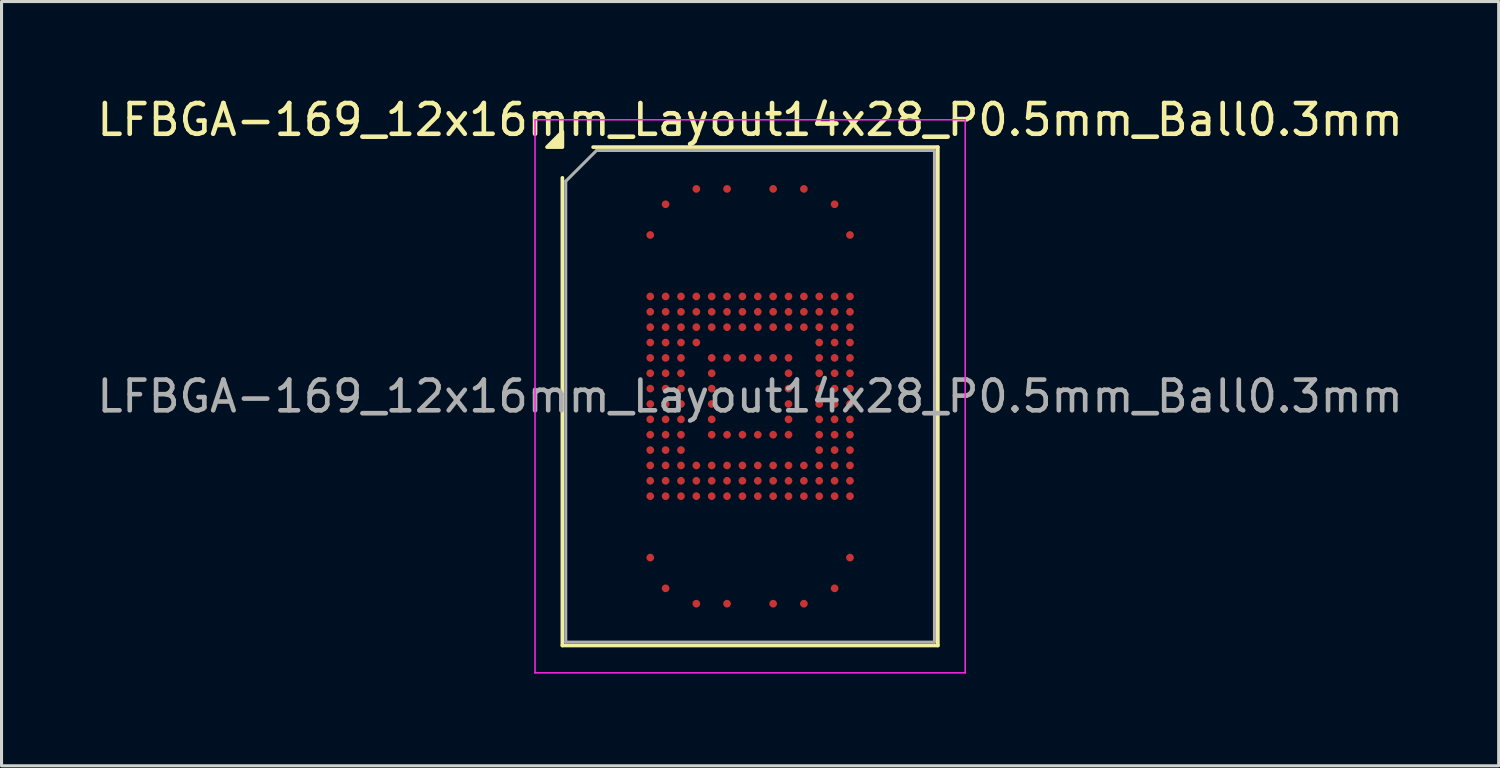
<source format=kicad_pcb>
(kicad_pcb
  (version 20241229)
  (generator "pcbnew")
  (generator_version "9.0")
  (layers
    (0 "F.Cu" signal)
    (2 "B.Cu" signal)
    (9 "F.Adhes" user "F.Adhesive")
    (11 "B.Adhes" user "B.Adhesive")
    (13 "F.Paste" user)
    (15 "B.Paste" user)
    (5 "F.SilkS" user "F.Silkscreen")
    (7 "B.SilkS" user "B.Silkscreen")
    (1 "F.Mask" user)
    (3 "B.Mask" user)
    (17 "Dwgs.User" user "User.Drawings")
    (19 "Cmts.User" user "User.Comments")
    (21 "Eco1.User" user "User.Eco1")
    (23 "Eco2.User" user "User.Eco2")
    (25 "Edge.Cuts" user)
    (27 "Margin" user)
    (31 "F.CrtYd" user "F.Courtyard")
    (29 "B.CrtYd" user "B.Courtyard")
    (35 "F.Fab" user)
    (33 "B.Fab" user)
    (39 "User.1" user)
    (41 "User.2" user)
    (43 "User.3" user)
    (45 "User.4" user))
  (footprint "LFBGA-169_12x16mm_Layout14x28_P0.5mm_Ball0.3mm"
    (layer "F.Cu")
    (at 21.363 9.848)
    (property "Reference" "LFBGA-169_12x16mm_Layout14x28_P0.5mm_Ball0.3mm" (at 0 -9 0) (layer "F.SilkS") (effects (font (size 1 1) (thickness 0.15))))
    (attr smd)
    (fp_line (start -6.11 8.11) (end -6.11 -7.11) (stroke (width 0.12) (type solid)) (layer "F.SilkS"))
    (fp_line (start -5.11 -8.11) (end 6.11 -8.11) (stroke (width 0.12) (type solid)) (layer "F.SilkS"))
    (fp_line (start 6.11 -8.11) (end 6.11 8.11) (stroke (width 0.12) (type solid)) (layer "F.SilkS"))
    (fp_line (start 6.11 8.11) (end -6.11 8.11) (stroke (width 0.12) (type solid)) (layer "F.SilkS"))
    (fp_poly (pts (xy -6.11 -8.11) (xy -6.61 -8.11) (xy -6.11 -8.61) (xy -6.11 -8.11)) (stroke (width 0.12) (type solid)) (fill yes) (layer "F.SilkS"))
    (fp_line (start -7 -9) (end -7 9) (stroke (width 0.05) (type solid)) (layer "F.CrtYd"))
    (fp_line (start -7 9) (end 7 9) (stroke (width 0.05) (type solid)) (layer "F.CrtYd"))
    (fp_line (start 7 -9) (end -7 -9) (stroke (width 0.05) (type solid)) (layer "F.CrtYd"))
    (fp_line (start 7 9) (end 7 -9) (stroke (width 0.05) (type solid)) (layer "F.CrtYd"))
    (fp_line (start -6 -7) (end -5 -8) (stroke (width 0.1) (type solid)) (layer "F.Fab"))
    (fp_line (start -6 8) (end -6 -7) (stroke (width 0.1) (type solid)) (layer "F.Fab"))
    (fp_line (start -5 -8) (end 6 -8) (stroke (width 0.1) (type solid)) (layer "F.Fab"))
    (fp_line (start 6 -8) (end 6 8) (stroke (width 0.1) (type solid)) (layer "F.Fab"))
    (fp_line (start 6 8) (end -6 8) (stroke (width 0.1) (type solid)) (layer "F.Fab"))
    (fp_text user "${REFERENCE}" (at 0 0 0) (layer "F.Fab") (effects (font (size 1 1) (thickness 0.15))))
    (pad "A4" smd circle (at -1.75 -6.75) (size 0.25 0.25) (property pad_prop_bga) (layers "F.Cu" "F.Mask" "F.Paste"))
    (pad "A6" smd circle (at -0.75 -6.75) (size 0.25 0.25) (property pad_prop_bga) (layers "F.Cu" "F.Mask" "F.Paste"))
    (pad "A9" smd circle (at 0.75 -6.75) (size 0.25 0.25) (property pad_prop_bga) (layers "F.Cu" "F.Mask" "F.Paste"))
    (pad "A11" smd circle (at 1.75 -6.75) (size 0.25 0.25) (property pad_prop_bga) (layers "F.Cu" "F.Mask" "F.Paste"))
    (pad "AA1" smd circle (at -3.25 3.25) (size 0.25 0.25) (property pad_prop_bga) (layers "F.Cu" "F.Mask" "F.Paste"))
    (pad "AA2" smd circle (at -2.75 3.25) (size 0.25 0.25) (property pad_prop_bga) (layers "F.Cu" "F.Mask" "F.Paste"))
    (pad "AA3" smd circle (at -2.25 3.25) (size 0.25 0.25) (property pad_prop_bga) (layers "F.Cu" "F.Mask" "F.Paste"))
    (pad "AA4" smd circle (at -1.75 3.25) (size 0.25 0.25) (property pad_prop_bga) (layers "F.Cu" "F.Mask" "F.Paste"))
    (pad "AA5" smd circle (at -1.25 3.25) (size 0.25 0.25) (property pad_prop_bga) (layers "F.Cu" "F.Mask" "F.Paste"))
    (pad "AA6" smd circle (at -0.75 3.25) (size 0.25 0.25) (property pad_prop_bga) (layers "F.Cu" "F.Mask" "F.Paste"))
    (pad "AA7" smd circle (at -0.25 3.25) (size 0.25 0.25) (property pad_prop_bga) (layers "F.Cu" "F.Mask" "F.Paste"))
    (pad "AA8" smd circle (at 0.25 3.25) (size 0.25 0.25) (property pad_prop_bga) (layers "F.Cu" "F.Mask" "F.Paste"))
    (pad "AA9" smd circle (at 0.75 3.25) (size 0.25 0.25) (property pad_prop_bga) (layers "F.Cu" "F.Mask" "F.Paste"))
    (pad "AA10" smd circle (at 1.25 3.25) (size 0.25 0.25) (property pad_prop_bga) (layers "F.Cu" "F.Mask" "F.Paste"))
    (pad "AA11" smd circle (at 1.75 3.25) (size 0.25 0.25) (property pad_prop_bga) (layers "F.Cu" "F.Mask" "F.Paste"))
    (pad "AA12" smd circle (at 2.25 3.25) (size 0.25 0.25) (property pad_prop_bga) (layers "F.Cu" "F.Mask" "F.Paste"))
    (pad "AA13" smd circle (at 2.75 3.25) (size 0.25 0.25) (property pad_prop_bga) (layers "F.Cu" "F.Mask" "F.Paste"))
    (pad "AA14" smd circle (at 3.25 3.25) (size 0.25 0.25) (property pad_prop_bga) (layers "F.Cu" "F.Mask" "F.Paste"))
    (pad "AE1" smd circle (at -3.25 5.25) (size 0.25 0.25) (property pad_prop_bga) (layers "F.Cu" "F.Mask" "F.Paste"))
    (pad "AE14" smd circle (at 3.25 5.25) (size 0.25 0.25) (property pad_prop_bga) (layers "F.Cu" "F.Mask" "F.Paste"))
    (pad "AG2" smd circle (at -2.75 6.25) (size 0.25 0.25) (property pad_prop_bga) (layers "F.Cu" "F.Mask" "F.Paste"))
    (pad "AG13" smd circle (at 2.75 6.25) (size 0.25 0.25) (property pad_prop_bga) (layers "F.Cu" "F.Mask" "F.Paste"))
    (pad "AH4" smd circle (at -1.75 6.75) (size 0.25 0.25) (property pad_prop_bga) (layers "F.Cu" "F.Mask" "F.Paste"))
    (pad "AH6" smd circle (at -0.75 6.75) (size 0.25 0.25) (property pad_prop_bga) (layers "F.Cu" "F.Mask" "F.Paste"))
    (pad "AH9" smd circle (at 0.75 6.75) (size 0.25 0.25) (property pad_prop_bga) (layers "F.Cu" "F.Mask" "F.Paste"))
    (pad "AH11" smd circle (at 1.75 6.75) (size 0.25 0.25) (property pad_prop_bga) (layers "F.Cu" "F.Mask" "F.Paste"))
    (pad "B2" smd circle (at -2.75 -6.25) (size 0.25 0.25) (property pad_prop_bga) (layers "F.Cu" "F.Mask" "F.Paste"))
    (pad "B13" smd circle (at 2.75 -6.25) (size 0.25 0.25) (property pad_prop_bga) (layers "F.Cu" "F.Mask" "F.Paste"))
    (pad "D1" smd circle (at -3.25 -5.25) (size 0.25 0.25) (property pad_prop_bga) (layers "F.Cu" "F.Mask" "F.Paste"))
    (pad "D14" smd circle (at 3.25 -5.25) (size 0.25 0.25) (property pad_prop_bga) (layers "F.Cu" "F.Mask" "F.Paste"))
    (pad "H1" smd circle (at -3.25 -3.25) (size 0.25 0.25) (property pad_prop_bga) (layers "F.Cu" "F.Mask" "F.Paste"))
    (pad "H2" smd circle (at -2.75 -3.25) (size 0.25 0.25) (property pad_prop_bga) (layers "F.Cu" "F.Mask" "F.Paste"))
    (pad "H3" smd circle (at -2.25 -3.25) (size 0.25 0.25) (property pad_prop_bga) (layers "F.Cu" "F.Mask" "F.Paste"))
    (pad "H4" smd circle (at -1.75 -3.25) (size 0.25 0.25) (property pad_prop_bga) (layers "F.Cu" "F.Mask" "F.Paste"))
    (pad "H5" smd circle (at -1.25 -3.25) (size 0.25 0.25) (property pad_prop_bga) (layers "F.Cu" "F.Mask" "F.Paste"))
    (pad "H6" smd circle (at -0.75 -3.25) (size 0.25 0.25) (property pad_prop_bga) (layers "F.Cu" "F.Mask" "F.Paste"))
    (pad "H7" smd circle (at -0.25 -3.25) (size 0.25 0.25) (property pad_prop_bga) (layers "F.Cu" "F.Mask" "F.Paste"))
    (pad "H8" smd circle (at 0.25 -3.25) (size 0.25 0.25) (property pad_prop_bga) (layers "F.Cu" "F.Mask" "F.Paste"))
    (pad "H9" smd circle (at 0.75 -3.25) (size 0.25 0.25) (property pad_prop_bga) (layers "F.Cu" "F.Mask" "F.Paste"))
    (pad "H10" smd circle (at 1.25 -3.25) (size 0.25 0.25) (property pad_prop_bga) (layers "F.Cu" "F.Mask" "F.Paste"))
    (pad "H11" smd circle (at 1.75 -3.25) (size 0.25 0.25) (property pad_prop_bga) (layers "F.Cu" "F.Mask" "F.Paste"))
    (pad "H12" smd circle (at 2.25 -3.25) (size 0.25 0.25) (property pad_prop_bga) (layers "F.Cu" "F.Mask" "F.Paste"))
    (pad "H13" smd circle (at 2.75 -3.25) (size 0.25 0.25) (property pad_prop_bga) (layers "F.Cu" "F.Mask" "F.Paste"))
    (pad "H14" smd circle (at 3.25 -3.25) (size 0.25 0.25) (property pad_prop_bga) (layers "F.Cu" "F.Mask" "F.Paste"))
    (pad "J1" smd circle (at -3.25 -2.75) (size 0.25 0.25) (property pad_prop_bga) (layers "F.Cu" "F.Mask" "F.Paste"))
    (pad "J2" smd circle (at -2.75 -2.75) (size 0.25 0.25) (property pad_prop_bga) (layers "F.Cu" "F.Mask" "F.Paste"))
    (pad "J3" smd circle (at -2.25 -2.75) (size 0.25 0.25) (property pad_prop_bga) (layers "F.Cu" "F.Mask" "F.Paste"))
    (pad "J4" smd circle (at -1.75 -2.75) (size 0.25 0.25) (property pad_prop_bga) (layers "F.Cu" "F.Mask" "F.Paste"))
    (pad "J5" smd circle (at -1.25 -2.75) (size 0.25 0.25) (property pad_prop_bga) (layers "F.Cu" "F.Mask" "F.Paste"))
    (pad "J6" smd circle (at -0.75 -2.75) (size 0.25 0.25) (property pad_prop_bga) (layers "F.Cu" "F.Mask" "F.Paste"))
    (pad "J7" smd circle (at -0.25 -2.75) (size 0.25 0.25) (property pad_prop_bga) (layers "F.Cu" "F.Mask" "F.Paste"))
    (pad "J8" smd circle (at 0.25 -2.75) (size 0.25 0.25) (property pad_prop_bga) (layers "F.Cu" "F.Mask" "F.Paste"))
    (pad "J9" smd circle (at 0.75 -2.75) (size 0.25 0.25) (property pad_prop_bga) (layers "F.Cu" "F.Mask" "F.Paste"))
    (pad "J10" smd circle (at 1.25 -2.75) (size 0.25 0.25) (property pad_prop_bga) (layers "F.Cu" "F.Mask" "F.Paste"))
    (pad "J11" smd circle (at 1.75 -2.75) (size 0.25 0.25) (property pad_prop_bga) (layers "F.Cu" "F.Mask" "F.Paste"))
    (pad "J12" smd circle (at 2.25 -2.75) (size 0.25 0.25) (property pad_prop_bga) (layers "F.Cu" "F.Mask" "F.Paste"))
    (pad "J13" smd circle (at 2.75 -2.75) (size 0.25 0.25) (property pad_prop_bga) (layers "F.Cu" "F.Mask" "F.Paste"))
    (pad "J14" smd circle (at 3.25 -2.75) (size 0.25 0.25) (property pad_prop_bga) (layers "F.Cu" "F.Mask" "F.Paste"))
    (pad "K1" smd circle (at -3.25 -2.25) (size 0.25 0.25) (property pad_prop_bga) (layers "F.Cu" "F.Mask" "F.Paste"))
    (pad "K2" smd circle (at -2.75 -2.25) (size 0.25 0.25) (property pad_prop_bga) (layers "F.Cu" "F.Mask" "F.Paste"))
    (pad "K3" smd circle (at -2.25 -2.25) (size 0.25 0.25) (property pad_prop_bga) (layers "F.Cu" "F.Mask" "F.Paste"))
    (pad "K4" smd circle (at -1.75 -2.25) (size 0.25 0.25) (property pad_prop_bga) (layers "F.Cu" "F.Mask" "F.Paste"))
    (pad "K5" smd circle (at -1.25 -2.25) (size 0.25 0.25) (property pad_prop_bga) (layers "F.Cu" "F.Mask" "F.Paste"))
    (pad "K6" smd circle (at -0.75 -2.25) (size 0.25 0.25) (property pad_prop_bga) (layers "F.Cu" "F.Mask" "F.Paste"))
    (pad "K7" smd circle (at -0.25 -2.25) (size 0.25 0.25) (property pad_prop_bga) (layers "F.Cu" "F.Mask" "F.Paste"))
    (pad "K8" smd circle (at 0.25 -2.25) (size 0.25 0.25) (property pad_prop_bga) (layers "F.Cu" "F.Mask" "F.Paste"))
    (pad "K9" smd circle (at 0.75 -2.25) (size 0.25 0.25) (property pad_prop_bga) (layers "F.Cu" "F.Mask" "F.Paste"))
    (pad "K10" smd circle (at 1.25 -2.25) (size 0.25 0.25) (property pad_prop_bga) (layers "F.Cu" "F.Mask" "F.Paste"))
    (pad "K11" smd circle (at 1.75 -2.25) (size 0.25 0.25) (property pad_prop_bga) (layers "F.Cu" "F.Mask" "F.Paste"))
    (pad "K12" smd circle (at 2.25 -2.25) (size 0.25 0.25) (property pad_prop_bga) (layers "F.Cu" "F.Mask" "F.Paste"))
    (pad "K13" smd circle (at 2.75 -2.25) (size 0.25 0.25) (property pad_prop_bga) (layers "F.Cu" "F.Mask" "F.Paste"))
    (pad "K14" smd circle (at 3.25 -2.25) (size 0.25 0.25) (property pad_prop_bga) (layers "F.Cu" "F.Mask" "F.Paste"))
    (pad "L1" smd circle (at -3.25 -1.75) (size 0.25 0.25) (property pad_prop_bga) (layers "F.Cu" "F.Mask" "F.Paste"))
    (pad "L2" smd circle (at -2.75 -1.75) (size 0.25 0.25) (property pad_prop_bga) (layers "F.Cu" "F.Mask" "F.Paste"))
    (pad "L3" smd circle (at -2.25 -1.75) (size 0.25 0.25) (property pad_prop_bga) (layers "F.Cu" "F.Mask" "F.Paste"))
    (pad "L4" smd circle (at -1.75 -1.75) (size 0.25 0.25) (property pad_prop_bga) (layers "F.Cu" "F.Mask" "F.Paste"))
    (pad "L12" smd circle (at 2.25 -1.75) (size 0.25 0.25) (property pad_prop_bga) (layers "F.Cu" "F.Mask" "F.Paste"))
    (pad "L13" smd circle (at 2.75 -1.75) (size 0.25 0.25) (property pad_prop_bga) (layers "F.Cu" "F.Mask" "F.Paste"))
    (pad "L14" smd circle (at 3.25 -1.75) (size 0.25 0.25) (property pad_prop_bga) (layers "F.Cu" "F.Mask" "F.Paste"))
    (pad "M1" smd circle (at -3.25 -1.25) (size 0.25 0.25) (property pad_prop_bga) (layers "F.Cu" "F.Mask" "F.Paste"))
    (pad "M2" smd circle (at -2.75 -1.25) (size 0.25 0.25) (property pad_prop_bga) (layers "F.Cu" "F.Mask" "F.Paste"))
    (pad "M3" smd circle (at -2.25 -1.25) (size 0.25 0.25) (property pad_prop_bga) (layers "F.Cu" "F.Mask" "F.Paste"))
    (pad "M5" smd circle (at -1.25 -1.25) (size 0.25 0.25) (property pad_prop_bga) (layers "F.Cu" "F.Mask" "F.Paste"))
    (pad "M6" smd circle (at -0.75 -1.25) (size 0.25 0.25) (property pad_prop_bga) (layers "F.Cu" "F.Mask" "F.Paste"))
    (pad "M7" smd circle (at -0.25 -1.25) (size 0.25 0.25) (property pad_prop_bga) (layers "F.Cu" "F.Mask" "F.Paste"))
    (pad "M8" smd circle (at 0.25 -1.25) (size 0.25 0.25) (property pad_prop_bga) (layers "F.Cu" "F.Mask" "F.Paste"))
    (pad "M9" smd circle (at 0.75 -1.25) (size 0.25 0.25) (property pad_prop_bga) (layers "F.Cu" "F.Mask" "F.Paste"))
    (pad "M10" smd circle (at 1.25 -1.25) (size 0.25 0.25) (property pad_prop_bga) (layers "F.Cu" "F.Mask" "F.Paste"))
    (pad "M12" smd circle (at 2.25 -1.25) (size 0.25 0.25) (property pad_prop_bga) (layers "F.Cu" "F.Mask" "F.Paste"))
    (pad "M13" smd circle (at 2.75 -1.25) (size 0.25 0.25) (property pad_prop_bga) (layers "F.Cu" "F.Mask" "F.Paste"))
    (pad "M14" smd circle (at 3.25 -1.25) (size 0.25 0.25) (property pad_prop_bga) (layers "F.Cu" "F.Mask" "F.Paste"))
    (pad "N1" smd circle (at -3.25 -0.75) (size 0.25 0.25) (property pad_prop_bga) (layers "F.Cu" "F.Mask" "F.Paste"))
    (pad "N2" smd circle (at -2.75 -0.75) (size 0.25 0.25) (property pad_prop_bga) (layers "F.Cu" "F.Mask" "F.Paste"))
    (pad "N3" smd circle (at -2.25 -0.75) (size 0.25 0.25) (property pad_prop_bga) (layers "F.Cu" "F.Mask" "F.Paste"))
    (pad "N5" smd circle (at -1.25 -0.75) (size 0.25 0.25) (property pad_prop_bga) (layers "F.Cu" "F.Mask" "F.Paste"))
    (pad "N10" smd circle (at 1.25 -0.75) (size 0.25 0.25) (property pad_prop_bga) (layers "F.Cu" "F.Mask" "F.Paste"))
    (pad "N12" smd circle (at 2.25 -0.75) (size 0.25 0.25) (property pad_prop_bga) (layers "F.Cu" "F.Mask" "F.Paste"))
    (pad "N13" smd circle (at 2.75 -0.75) (size 0.25 0.25) (property pad_prop_bga) (layers "F.Cu" "F.Mask" "F.Paste"))
    (pad "N14" smd circle (at 3.25 -0.75) (size 0.25 0.25) (property pad_prop_bga) (layers "F.Cu" "F.Mask" "F.Paste"))
    (pad "P1" smd circle (at -3.25 -0.25) (size 0.25 0.25) (property pad_prop_bga) (layers "F.Cu" "F.Mask" "F.Paste"))
    (pad "P2" smd circle (at -2.75 -0.25) (size 0.25 0.25) (property pad_prop_bga) (layers "F.Cu" "F.Mask" "F.Paste"))
    (pad "P3" smd circle (at -2.25 -0.25) (size 0.25 0.25) (property pad_prop_bga) (layers "F.Cu" "F.Mask" "F.Paste"))
    (pad "P5" smd circle (at -1.25 -0.25) (size 0.25 0.25) (property pad_prop_bga) (layers "F.Cu" "F.Mask" "F.Paste"))
    (pad "P10" smd circle (at 1.25 -0.25) (size 0.25 0.25) (property pad_prop_bga) (layers "F.Cu" "F.Mask" "F.Paste"))
    (pad "P12" smd circle (at 2.25 -0.25) (size 0.25 0.25) (property pad_prop_bga) (layers "F.Cu" "F.Mask" "F.Paste"))
    (pad "P13" smd circle (at 2.75 -0.25) (size 0.25 0.25) (property pad_prop_bga) (layers "F.Cu" "F.Mask" "F.Paste"))
    (pad "P14" smd circle (at 3.25 -0.25) (size 0.25 0.25) (property pad_prop_bga) (layers "F.Cu" "F.Mask" "F.Paste"))
    (pad "R1" smd circle (at -3.25 0.25) (size 0.25 0.25) (property pad_prop_bga) (layers "F.Cu" "F.Mask" "F.Paste"))
    (pad "R2" smd circle (at -2.75 0.25) (size 0.25 0.25) (property pad_prop_bga) (layers "F.Cu" "F.Mask" "F.Paste"))
    (pad "R3" smd circle (at -2.25 0.25) (size 0.25 0.25) (property pad_prop_bga) (layers "F.Cu" "F.Mask" "F.Paste"))
    (pad "R5" smd circle (at -1.25 0.25) (size 0.25 0.25) (property pad_prop_bga) (layers "F.Cu" "F.Mask" "F.Paste"))
    (pad "R10" smd circle (at 1.25 0.25) (size 0.25 0.25) (property pad_prop_bga) (layers "F.Cu" "F.Mask" "F.Paste"))
    (pad "R12" smd circle (at 2.25 0.25) (size 0.25 0.25) (property pad_prop_bga) (layers "F.Cu" "F.Mask" "F.Paste"))
    (pad "R13" smd circle (at 2.75 0.25) (size 0.25 0.25) (property pad_prop_bga) (layers "F.Cu" "F.Mask" "F.Paste"))
    (pad "R14" smd circle (at 3.25 0.25) (size 0.25 0.25) (property pad_prop_bga) (layers "F.Cu" "F.Mask" "F.Paste"))
    (pad "T1" smd circle (at -3.25 0.75) (size 0.25 0.25) (property pad_prop_bga) (layers "F.Cu" "F.Mask" "F.Paste"))
    (pad "T2" smd circle (at -2.75 0.75) (size 0.25 0.25) (property pad_prop_bga) (layers "F.Cu" "F.Mask" "F.Paste"))
    (pad "T3" smd circle (at -2.25 0.75) (size 0.25 0.25) (property pad_prop_bga) (layers "F.Cu" "F.Mask" "F.Paste"))
    (pad "T5" smd circle (at -1.25 0.75) (size 0.25 0.25) (property pad_prop_bga) (layers "F.Cu" "F.Mask" "F.Paste"))
    (pad "T10" smd circle (at 1.25 0.75) (size 0.25 0.25) (property pad_prop_bga) (layers "F.Cu" "F.Mask" "F.Paste"))
    (pad "T12" smd circle (at 2.25 0.75) (size 0.25 0.25) (property pad_prop_bga) (layers "F.Cu" "F.Mask" "F.Paste"))
    (pad "T13" smd circle (at 2.75 0.75) (size 0.25 0.25) (property pad_prop_bga) (layers "F.Cu" "F.Mask" "F.Paste"))
    (pad "T14" smd circle (at 3.25 0.75) (size 0.25 0.25) (property pad_prop_bga) (layers "F.Cu" "F.Mask" "F.Paste"))
    (pad "U1" smd circle (at -3.25 1.25) (size 0.25 0.25) (property pad_prop_bga) (layers "F.Cu" "F.Mask" "F.Paste"))
    (pad "U2" smd circle (at -2.75 1.25) (size 0.25 0.25) (property pad_prop_bga) (layers "F.Cu" "F.Mask" "F.Paste"))
    (pad "U3" smd circle (at -2.25 1.25) (size 0.25 0.25) (property pad_prop_bga) (layers "F.Cu" "F.Mask" "F.Paste"))
    (pad "U5" smd circle (at -1.25 1.25) (size 0.25 0.25) (property pad_prop_bga) (layers "F.Cu" "F.Mask" "F.Paste"))
    (pad "U6" smd circle (at -0.75 1.25) (size 0.25 0.25) (property pad_prop_bga) (layers "F.Cu" "F.Mask" "F.Paste"))
    (pad "U7" smd circle (at -0.25 1.25) (size 0.25 0.25) (property pad_prop_bga) (layers "F.Cu" "F.Mask" "F.Paste"))
    (pad "U8" smd circle (at 0.25 1.25) (size 0.25 0.25) (property pad_prop_bga) (layers "F.Cu" "F.Mask" "F.Paste"))
    (pad "U9" smd circle (at 0.75 1.25) (size 0.25 0.25) (property pad_prop_bga) (layers "F.Cu" "F.Mask" "F.Paste"))
    (pad "U10" smd circle (at 1.25 1.25) (size 0.25 0.25) (property pad_prop_bga) (layers "F.Cu" "F.Mask" "F.Paste"))
    (pad "U12" smd circle (at 2.25 1.25) (size 0.25 0.25) (property pad_prop_bga) (layers "F.Cu" "F.Mask" "F.Paste"))
    (pad "U13" smd circle (at 2.75 1.25) (size 0.25 0.25) (property pad_prop_bga) (layers "F.Cu" "F.Mask" "F.Paste"))
    (pad "U14" smd circle (at 3.25 1.25) (size 0.25 0.25) (property pad_prop_bga) (layers "F.Cu" "F.Mask" "F.Paste"))
    (pad "V1" smd circle (at -3.25 1.75) (size 0.25 0.25) (property pad_prop_bga) (layers "F.Cu" "F.Mask" "F.Paste"))
    (pad "V2" smd circle (at -2.75 1.75) (size 0.25 0.25) (property pad_prop_bga) (layers "F.Cu" "F.Mask" "F.Paste"))
    (pad "V3" smd circle (at -2.25 1.75) (size 0.25 0.25) (property pad_prop_bga) (layers "F.Cu" "F.Mask" "F.Paste"))
    (pad "V12" smd circle (at 2.25 1.75) (size 0.25 0.25) (property pad_prop_bga) (layers "F.Cu" "F.Mask" "F.Paste"))
    (pad "V13" smd circle (at 2.75 1.75) (size 0.25 0.25) (property pad_prop_bga) (layers "F.Cu" "F.Mask" "F.Paste"))
    (pad "V14" smd circle (at 3.25 1.75) (size 0.25 0.25) (property pad_prop_bga) (layers "F.Cu" "F.Mask" "F.Paste"))
    (pad "W1" smd circle (at -3.25 2.25) (size 0.25 0.25) (property pad_prop_bga) (layers "F.Cu" "F.Mask" "F.Paste"))
    (pad "W2" smd circle (at -2.75 2.25) (size 0.25 0.25) (property pad_prop_bga) (layers "F.Cu" "F.Mask" "F.Paste"))
    (pad "W3" smd circle (at -2.25 2.25) (size 0.25 0.25) (property pad_prop_bga) (layers "F.Cu" "F.Mask" "F.Paste"))
    (pad "W4" smd circle (at -1.75 2.25) (size 0.25 0.25) (property pad_prop_bga) (layers "F.Cu" "F.Mask" "F.Paste"))
    (pad "W5" smd circle (at -1.25 2.25) (size 0.25 0.25) (property pad_prop_bga) (layers "F.Cu" "F.Mask" "F.Paste"))
    (pad "W6" smd circle (at -0.75 2.25) (size 0.25 0.25) (property pad_prop_bga) (layers "F.Cu" "F.Mask" "F.Paste"))
    (pad "W7" smd circle (at -0.25 2.25) (size 0.25 0.25) (property pad_prop_bga) (layers "F.Cu" "F.Mask" "F.Paste"))
    (pad "W8" smd circle (at 0.25 2.25) (size 0.25 0.25) (property pad_prop_bga) (layers "F.Cu" "F.Mask" "F.Paste"))
    (pad "W9" smd circle (at 0.75 2.25) (size 0.25 0.25) (property pad_prop_bga) (layers "F.Cu" "F.Mask" "F.Paste"))
    (pad "W10" smd circle (at 1.25 2.25) (size 0.25 0.25) (property pad_prop_bga) (layers "F.Cu" "F.Mask" "F.Paste"))
    (pad "W11" smd circle (at 1.75 2.25) (size 0.25 0.25) (property pad_prop_bga) (layers "F.Cu" "F.Mask" "F.Paste"))
    (pad "W12" smd circle (at 2.25 2.25) (size 0.25 0.25) (property pad_prop_bga) (layers "F.Cu" "F.Mask" "F.Paste"))
    (pad "W13" smd circle (at 2.75 2.25) (size 0.25 0.25) (property pad_prop_bga) (layers "F.Cu" "F.Mask" "F.Paste"))
    (pad "W14" smd circle (at 3.25 2.25) (size 0.25 0.25) (property pad_prop_bga) (layers "F.Cu" "F.Mask" "F.Paste"))
    (pad "Y1" smd circle (at -3.25 2.75) (size 0.25 0.25) (property pad_prop_bga) (layers "F.Cu" "F.Mask" "F.Paste"))
    (pad "Y2" smd circle (at -2.75 2.75) (size 0.25 0.25) (property pad_prop_bga) (layers "F.Cu" "F.Mask" "F.Paste"))
    (pad "Y3" smd circle (at -2.25 2.75) (size 0.25 0.25) (property pad_prop_bga) (layers "F.Cu" "F.Mask" "F.Paste"))
    (pad "Y4" smd circle (at -1.75 2.75) (size 0.25 0.25) (property pad_prop_bga) (layers "F.Cu" "F.Mask" "F.Paste"))
    (pad "Y5" smd circle (at -1.25 2.75) (size 0.25 0.25) (property pad_prop_bga) (layers "F.Cu" "F.Mask" "F.Paste"))
    (pad "Y6" smd circle (at -0.75 2.75) (size 0.25 0.25) (property pad_prop_bga) (layers "F.Cu" "F.Mask" "F.Paste"))
    (pad "Y7" smd circle (at -0.25 2.75) (size 0.25 0.25) (property pad_prop_bga) (layers "F.Cu" "F.Mask" "F.Paste"))
    (pad "Y8" smd circle (at 0.25 2.75) (size 0.25 0.25) (property pad_prop_bga) (layers "F.Cu" "F.Mask" "F.Paste"))
    (pad "Y9" smd circle (at 0.75 2.75) (size 0.25 0.25) (property pad_prop_bga) (layers "F.Cu" "F.Mask" "F.Paste"))
    (pad "Y10" smd circle (at 1.25 2.75) (size 0.25 0.25) (property pad_prop_bga) (layers "F.Cu" "F.Mask" "F.Paste"))
    (pad "Y11" smd circle (at 1.75 2.75) (size 0.25 0.25) (property pad_prop_bga) (layers "F.Cu" "F.Mask" "F.Paste"))
    (pad "Y12" smd circle (at 2.25 2.75) (size 0.25 0.25) (property pad_prop_bga) (layers "F.Cu" "F.Mask" "F.Paste"))
    (pad "Y13" smd circle (at 2.75 2.75) (size 0.25 0.25) (property pad_prop_bga) (layers "F.Cu" "F.Mask" "F.Paste"))
    (pad "Y14" smd circle (at 3.25 2.75) (size 0.25 0.25) (property pad_prop_bga) (layers "F.Cu" "F.Mask" "F.Paste")))
  (gr_rect
    (start -3 -3)
    (end 45.726 21.873)
    (stroke (width 0.1) (type default))
    (fill no)
    (layer "Edge.Cuts")))
</source>
